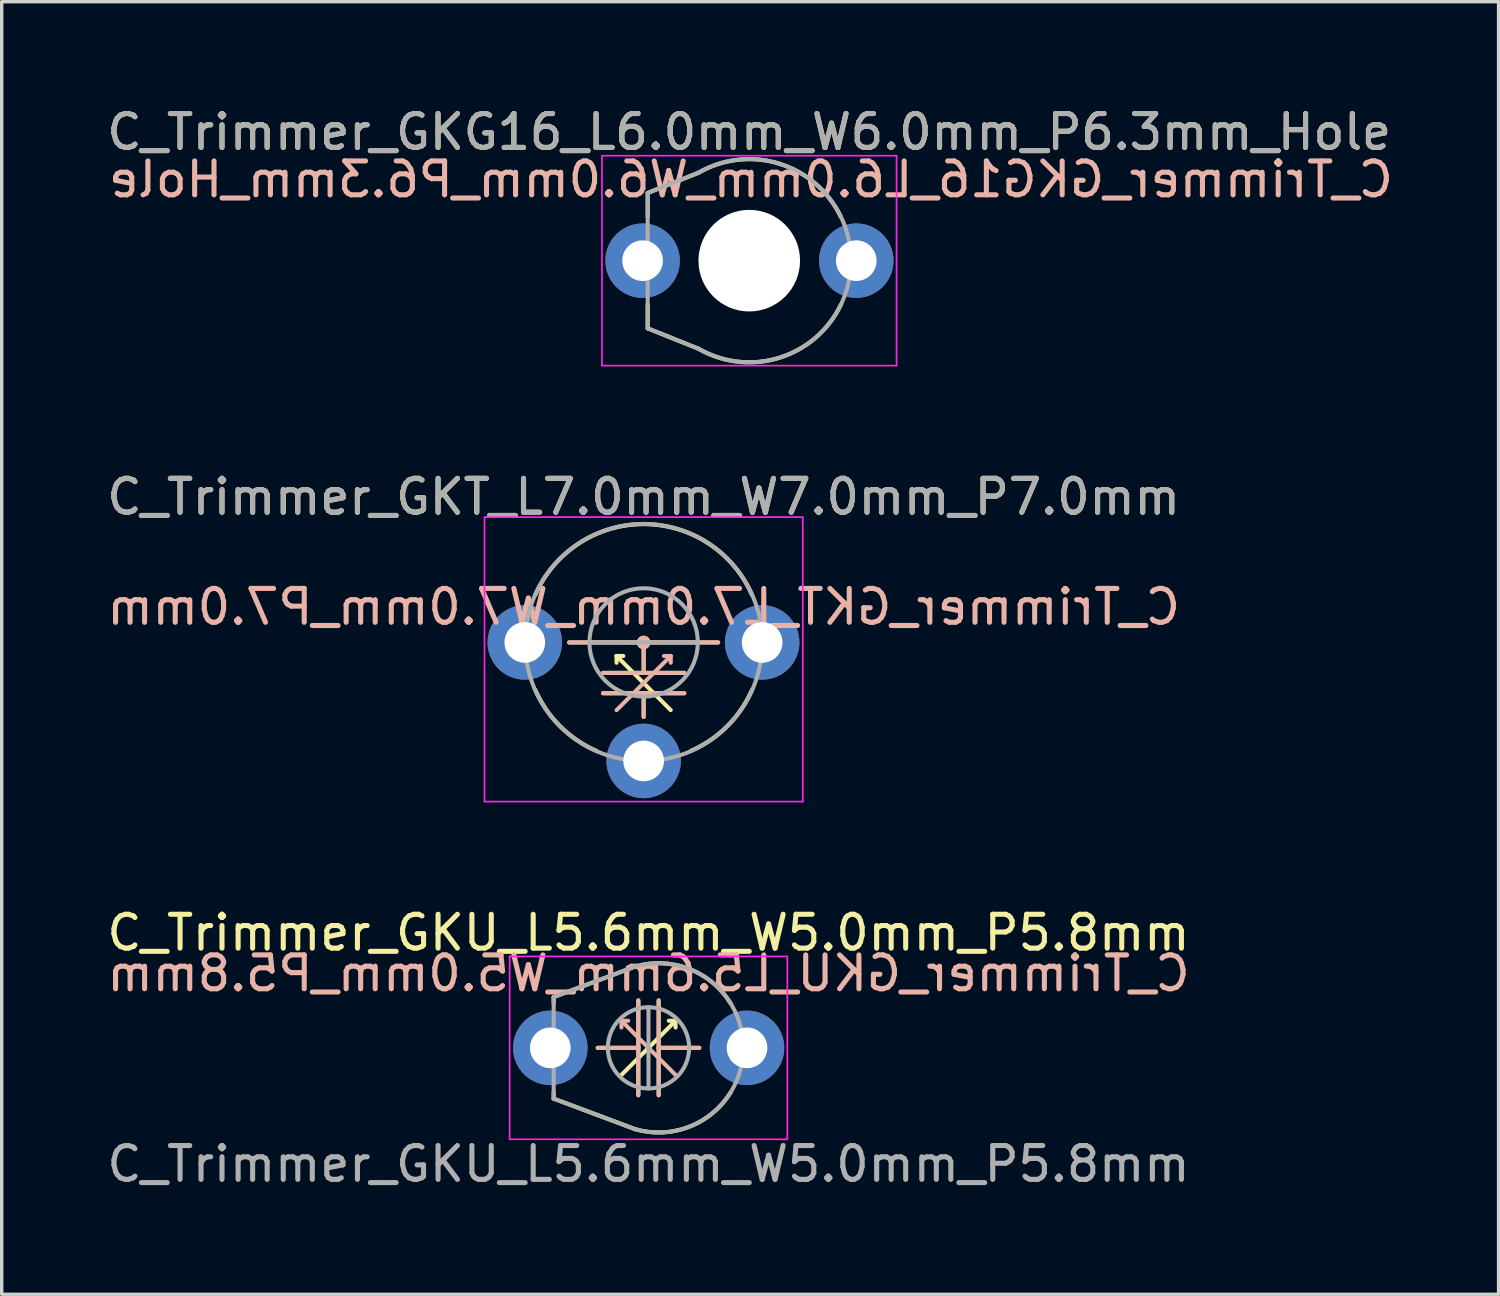
<source format=kicad_pcb>
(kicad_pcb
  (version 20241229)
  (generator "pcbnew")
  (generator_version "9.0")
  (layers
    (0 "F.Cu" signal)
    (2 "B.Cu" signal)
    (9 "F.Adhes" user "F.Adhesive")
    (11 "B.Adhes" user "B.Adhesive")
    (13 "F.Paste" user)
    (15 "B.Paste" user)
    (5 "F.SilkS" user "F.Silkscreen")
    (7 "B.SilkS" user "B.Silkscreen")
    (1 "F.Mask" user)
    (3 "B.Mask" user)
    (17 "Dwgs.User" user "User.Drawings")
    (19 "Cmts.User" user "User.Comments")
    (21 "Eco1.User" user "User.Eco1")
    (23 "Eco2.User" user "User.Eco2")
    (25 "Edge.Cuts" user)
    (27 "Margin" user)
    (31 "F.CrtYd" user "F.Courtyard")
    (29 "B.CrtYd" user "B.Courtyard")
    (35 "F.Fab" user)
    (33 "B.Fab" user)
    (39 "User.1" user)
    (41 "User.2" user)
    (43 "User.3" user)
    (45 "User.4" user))
  (footprint "C_Trimmer_GKG16_L6.0mm_W6.0mm_P6.3mm_Hole"
    (layer "F.Cu")
    (at 15.927 4.648)
    (property "Reference" "C_Trimmer_GKG16_L6.0mm_W6.0mm_P6.3mm_Hole" (at 3.15 -3.8 180) (layer "F.SilkS") (effects (font (size 1 1) (thickness 0.15))))
    (fp_line (start 0.15 -2) (end 0.15 -1.3) (stroke (width 0.12) (type solid)) (layer "F.SilkS"))
    (fp_line (start 0.15 -2) (end 1.653 -2.596) (stroke (width 0.12) (type solid)) (layer "F.SilkS"))
    (fp_line (start 0.15 2) (end 0.15 1.3) (stroke (width 0.12) (type solid)) (layer "F.SilkS"))
    (fp_line (start 0.15 2) (end 1.65 2.6) (stroke (width 0.12) (type solid)) (layer "F.SilkS"))
    (fp_arc (start 1.6525 -2.595667) (mid 4.033849 -2.863355) (end 5.849999 -1.299999) (stroke (width 0.12) (type solid)) (layer "F.SilkS"))
    (fp_arc (start 5.854505 1.302169) (mid 4.035324 2.868134) (end 1.650001 2.599999) (stroke (width 0.12) (type solid)) (layer "F.SilkS"))
    (fp_line (start -1.2 -3.1) (end -1.2 3.1) (stroke (width 0.05) (type solid)) (layer "F.CrtYd"))
    (fp_line (start -1.2 3.1) (end 7.5 3.1) (stroke (width 0.05) (type solid)) (layer "F.CrtYd"))
    (fp_line (start 7.5 -3.1) (end -1.2 -3.1) (stroke (width 0.05) (type solid)) (layer "F.CrtYd"))
    (fp_line (start 7.5 3.1) (end 7.5 -3.1) (stroke (width 0.05) (type solid)) (layer "F.CrtYd"))
    (fp_line (start 0.15 -2) (end 1.65 -2.6) (stroke (width 0.12) (type solid)) (layer "F.Fab"))
    (fp_line (start 0.15 0) (end 0.15 -2) (stroke (width 0.12) (type solid)) (layer "F.Fab"))
    (fp_line (start 0.15 2) (end 0.15 0) (stroke (width 0.12) (type solid)) (layer "F.Fab"))
    (fp_line (start 0.15 2) (end 1.65 2.6) (stroke (width 0.12) (type solid)) (layer "F.Fab"))
    (fp_arc (start 1.65 -2.599999) (mid 6.151665 0) (end 1.650001 2.599999) (stroke (width 0.12) (type solid)) (layer "F.Fab"))
    (fp_text user "${REFERENCE}" (at 3.2 -2.4 180) (layer "B.SilkS") (effects (font (size 1 1) (thickness 0.15)) (justify mirror)))
    (fp_text user "${REFERENCE}" (at 3.15 -3.8 180) (layer "F.Fab") (effects (font (size 1 1) (thickness 0.15))))
    (pad "" np_thru_hole circle (at 3.15 0 180) (size 3 3) (drill 3) (layers "*.Cu" "*.Mask"))
    (pad "1" thru_hole circle (at 0 0 180) (size 2.2 2.2) (drill 1.2) (layers "*.Cu" "*.Mask"))
    (pad "2" thru_hole circle (at 6.31 0 180) (size 2.2 2.2) (drill 1.2) (layers "*.Cu" "*.Mask")))
  (footprint "C_Trimmer_GKU_L5.6mm_W5.0mm_P5.8mm"
    (layer "F.Cu")
    (at 13.201 27.895)
    (property "Reference" "C_Trimmer_GKU_L5.6mm_W5.0mm_P5.8mm" (at 2.9 -3.4 180) (layer "F.SilkS") (effects (font (size 1 1) (thickness 0.15))))
    (fp_line (start 0.1 -1.5) (end 2.5 -2.4) (stroke (width 0.12) (type solid)) (layer "F.SilkS"))
    (fp_line (start 0.1 -1.3) (end 0.1 -1.5) (stroke (width 0.12) (type solid)) (layer "F.SilkS"))
    (fp_line (start 0.1 1.5) (end 0.1 1.3) (stroke (width 0.12) (type solid)) (layer "F.SilkS"))
    (fp_line (start 0.1 1.5) (end 2.5 2.4) (stroke (width 0.12) (type solid)) (layer "F.SilkS"))
    (fp_line (start 1.4 0) (end 2.6 0) (stroke (width 0.12) (type solid)) (layer "F.SilkS"))
    (fp_line (start 2.6 0) (end 2.6 -1.4) (stroke (width 0.12) (type solid)) (layer "F.SilkS"))
    (fp_line (start 2.6 0) (end 2.6 1.4) (stroke (width 0.12) (type solid)) (layer "F.SilkS"))
    (fp_line (start 2.9 0) (end 2.1 0.8) (stroke (width 0.12) (type solid)) (layer "F.SilkS"))
    (fp_line (start 2.9 0) (end 3.7 -0.8) (stroke (width 0.12) (type solid)) (layer "F.SilkS"))
    (fp_line (start 3.2 0) (end 4.4 0) (stroke (width 0.12) (type solid)) (layer "F.SilkS"))
    (fp_line (start 3.2 1.4) (end 3.2 -1.4) (stroke (width 0.12) (type solid)) (layer "F.SilkS"))
    (fp_line (start 3.7 -0.8) (end 3.5 -0.8) (stroke (width 0.12) (type solid)) (layer "F.SilkS"))
    (fp_line (start 3.7 -0.8) (end 3.7 -0.6) (stroke (width 0.12) (type solid)) (layer "F.SilkS"))
    (fp_arc (start 2.5 -2.4) (mid 4.095504 -2.334111) (end 5.325646 -1.315913) (stroke (width 0.12) (type solid)) (layer "F.SilkS"))
    (fp_arc (start 5.325663 1.315887) (mid 4.095519 2.334105) (end 2.5 2.4) (stroke (width 0.12) (type solid)) (layer "F.SilkS"))
    (fp_line (start 2.1 -0.8) (end 2.1 -0.6) (stroke (width 0.12) (type solid)) (layer "B.SilkS"))
    (fp_line (start 2.1 -0.8) (end 2.3 -0.8) (stroke (width 0.12) (type solid)) (layer "B.SilkS"))
    (fp_line (start 2.6 0) (end 1.4 0) (stroke (width 0.12) (type solid)) (layer "B.SilkS"))
    (fp_line (start 2.6 1.4) (end 2.6 -1.4) (stroke (width 0.12) (type solid)) (layer "B.SilkS"))
    (fp_line (start 2.9 0) (end 2.1 -0.8) (stroke (width 0.12) (type solid)) (layer "B.SilkS"))
    (fp_line (start 2.9 0) (end 3.7 0.8) (stroke (width 0.12) (type solid)) (layer "B.SilkS"))
    (fp_line (start 3.2 0) (end 3.2 -1.4) (stroke (width 0.12) (type solid)) (layer "B.SilkS"))
    (fp_line (start 3.2 0) (end 3.2 1.4) (stroke (width 0.12) (type solid)) (layer "B.SilkS"))
    (fp_line (start 4.4 0) (end 3.2 0) (stroke (width 0.12) (type solid)) (layer "B.SilkS"))
    (fp_line (start -1.2 -2.7) (end -1.2 2.7) (stroke (width 0.05) (type solid)) (layer "F.CrtYd"))
    (fp_line (start -1.2 2.7) (end 7 2.7) (stroke (width 0.05) (type solid)) (layer "F.CrtYd"))
    (fp_line (start 7 -2.7) (end -1.2 -2.7) (stroke (width 0.05) (type solid)) (layer "F.CrtYd"))
    (fp_line (start 7 2.7) (end 7 -2.7) (stroke (width 0.05) (type solid)) (layer "F.CrtYd"))
    (fp_line (start 0.1 -1.5) (end 2.5 -2.4) (stroke (width 0.12) (type solid)) (layer "F.Fab"))
    (fp_line (start 0.1 0) (end 0.1 -1.5) (stroke (width 0.12) (type solid)) (layer "F.Fab"))
    (fp_line (start 0.1 0) (end 0.1 1.5) (stroke (width 0.12) (type solid)) (layer "F.Fab"))
    (fp_line (start 0.1 1.5) (end 2.5 2.4) (stroke (width 0.12) (type solid)) (layer "F.Fab"))
    (fp_line (start 2.9 -1.2) (end 2.9 1.2) (stroke (width 0.12) (type solid)) (layer "F.Fab"))
    (fp_arc (start 2.5 -2.4) (mid 5.7 0) (end 2.5 2.4) (stroke (width 0.12) (type solid)) (layer "F.Fab"))
    (fp_circle (center 2.9 0) (end 1.7 0) (stroke (width 0.12) (type solid)) (fill no) (layer "F.Fab"))
    (fp_text user "${REFERENCE}" (at 2.9 -2.2 180) (layer "B.SilkS") (effects (font (size 1 1) (thickness 0.15)) (justify mirror)))
    (fp_text user "${REFERENCE}" (at 2.9 3.429 180) (layer "F.Fab") (effects (font (size 1 1) (thickness 0.15))))
    (pad "1" thru_hole circle (at 0 0 180) (size 2.2 2.2) (drill 1.2) (layers "*.Cu" "*.Mask"))
    (pad "2" thru_hole circle (at 5.81 0 180) (size 2.2 2.2) (drill 1.2) (layers "*.Cu" "*.Mask")))
  (footprint "C_Trimmer_GKT_L7.0mm_W7.0mm_P7.0mm"
    (layer "F.Cu")
    (at 15.958 19.422)
    (property "Reference" "C_Trimmer_GKT_L7.0mm_W7.0mm_P7.0mm" (at 0 -7.8 0) (layer "F.SilkS") (effects (font (size 1 1) (thickness 0.15))))
    (fp_line (start -2.2 -3.5) (end 2.2 -3.5) (stroke (width 0.12) (type solid)) (layer "F.SilkS"))
    (fp_line (start -0.8 -3.1) (end -0.8 -2.9) (stroke (width 0.12) (type solid)) (layer "F.SilkS"))
    (fp_line (start -0.8 -3.1) (end -0.6 -3.1) (stroke (width 0.12) (type solid)) (layer "F.SilkS"))
    (fp_line (start 0 -2.6) (end 0 -3.5) (stroke (width 0.12) (type solid)) (layer "F.SilkS"))
    (fp_line (start 0 -2.3) (end -0.8 -3.1) (stroke (width 0.12) (type solid)) (layer "F.SilkS"))
    (fp_line (start 0 -2.3) (end 0.8 -1.5) (stroke (width 0.12) (type solid)) (layer "F.SilkS"))
    (fp_line (start 0 -2) (end -1.2 -2) (stroke (width 0.12) (type solid)) (layer "F.SilkS"))
    (fp_line (start 0 -2) (end 1.2 -2) (stroke (width 0.12) (type solid)) (layer "F.SilkS"))
    (fp_line (start 0 -1.3) (end 0 -2) (stroke (width 0.12) (type solid)) (layer "F.SilkS"))
    (fp_line (start 1.2 -2.6) (end -1.2 -2.6) (stroke (width 0.12) (type solid)) (layer "F.SilkS"))
    (fp_arc (start -3.199999 -4.9) (mid 0 -6.992849) (end 3.199999 -4.899999) (stroke (width 0.12) (type solid)) (layer "F.SilkS"))
    (fp_arc (start -1.399999 -0.300001) (mid -2.469817 -1.030183) (end -3.199999 -2.100001) (stroke (width 0.12) (type solid)) (layer "F.SilkS"))
    (fp_arc (start 3.199999 -2.1) (mid 2.469817 -1.030183) (end 1.399999 -0.300001) (stroke (width 0.12) (type solid)) (layer "F.SilkS"))
    (fp_circle (center 0 -3.5) (end 0.1 -3.5) (stroke (width 0.2) (type solid)) (fill no) (layer "F.SilkS"))
    (fp_line (start -1.2 -2.6) (end 1.2 -2.6) (stroke (width 0.12) (type solid)) (layer "B.SilkS"))
    (fp_line (start 0 -2.6) (end 0 -3.5) (stroke (width 0.12) (type solid)) (layer "B.SilkS"))
    (fp_line (start 0 -2.3) (end -0.8 -1.5) (stroke (width 0.12) (type solid)) (layer "B.SilkS"))
    (fp_line (start 0 -2.3) (end 0.8 -3.1) (stroke (width 0.12) (type solid)) (layer "B.SilkS"))
    (fp_line (start 0 -2) (end -1.2 -2) (stroke (width 0.12) (type solid)) (layer "B.SilkS"))
    (fp_line (start 0 -2) (end 1.2 -2) (stroke (width 0.12) (type solid)) (layer "B.SilkS"))
    (fp_line (start 0 -1.3) (end 0 -2) (stroke (width 0.12) (type solid)) (layer "B.SilkS"))
    (fp_line (start 0.8 -3.1) (end 0.6 -3.1) (stroke (width 0.12) (type solid)) (layer "B.SilkS"))
    (fp_line (start 0.8 -3.1) (end 0.8 -2.9) (stroke (width 0.12) (type solid)) (layer "B.SilkS"))
    (fp_line (start 2.2 -3.5) (end -2.2 -3.5) (stroke (width 0.12) (type solid)) (layer "B.SilkS"))
    (fp_circle (center 0 -3.5) (end -0.1 -3.5) (stroke (width 0.2) (type solid)) (fill no) (layer "B.SilkS"))
    (fp_line (start -4.7 -7.2) (end -4.7 1.2) (stroke (width 0.05) (type solid)) (layer "F.CrtYd"))
    (fp_line (start -4.7 1.2) (end 4.7 1.2) (stroke (width 0.05) (type solid)) (layer "F.CrtYd"))
    (fp_line (start 4.7 -7.2) (end -4.7 -7.2) (stroke (width 0.05) (type solid)) (layer "F.CrtYd"))
    (fp_line (start 4.7 1.2) (end 4.7 -7.2) (stroke (width 0.05) (type solid)) (layer "F.CrtYd"))
    (fp_line (start 1.6 -3.5) (end -1.6 -3.5) (stroke (width 0.12) (type solid)) (layer "F.Fab"))
    (fp_circle (center 0 -3.5) (end 1.6 -3.5) (stroke (width 0.12) (type solid)) (fill no) (layer "F.Fab"))
    (fp_circle (center 0 -3.5) (end 3.5 -3.5) (stroke (width 0.12) (type solid)) (fill no) (layer "F.Fab"))
    (fp_text user "${REFERENCE}" (at 0 -4.55 0) (layer "B.SilkS") (effects (font (size 1 1) (thickness 0.15)) (justify mirror)))
    (fp_text user "${REFERENCE}" (at 0 -7.8 0) (layer "F.Fab") (effects (font (size 1 1) (thickness 0.15))))
    (pad "1" thru_hole circle (at 0 0) (size 2.2 2.2) (drill 1.2) (layers "*.Cu" "*.Mask"))
    (pad "2" thru_hole circle (at -3.51 -3.5) (size 2.2 2.2) (drill 1.2) (layers "*.Cu" "*.Mask"))
    (pad "2" thru_hole circle (at 3.5 -3.5) (size 2.2 2.2) (drill 1.2) (layers "*.Cu" "*.Mask")))
  (gr_rect
    (start -3 -3)
    (end 41.205 35.172)
    (stroke (width 0.1) (type default))
    (fill no)
    (layer "Edge.Cuts")))
</source>
